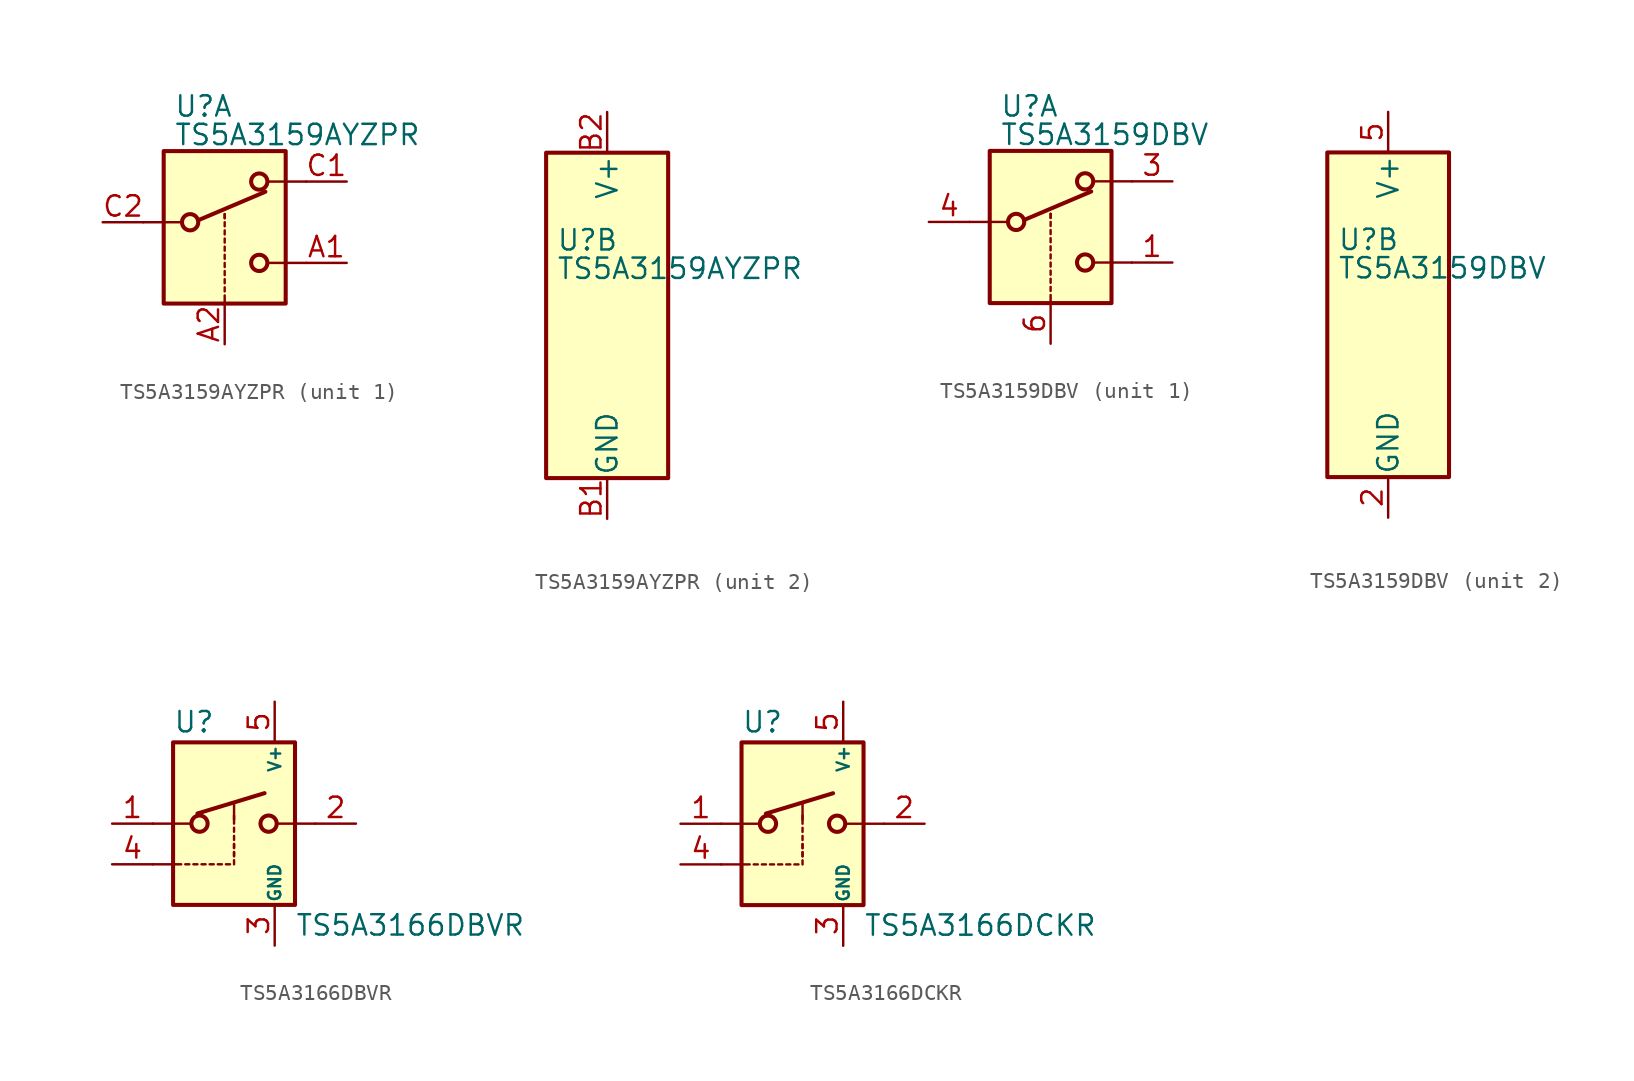
<source format=kicad_sym>
(kicad_symbol_lib
  (version 20201005)
  (generator kicad_symbol_editor)
  (symbol "Analog_Switch:TS5A3159AYZPR"
    (pin_names
      (offset 0.127))
    (property "Reference" "U"
      (at -3.175 4.699 0)
      (effects (font (size 1.27 1.27)) (justify left)))
    (property "Value" "TS5A3159AYZPR"
      (at -3.175 2.921 0)
      (effects (font (size 1.27 1.27)) (justify left)))
    (symbol "TS5A3159AYZPR_1_1"
      (circle (center -2.159 -2.54) (radius 0.508) (stroke (width 0.254)) (fill (type none)))
      (circle (center 2.159 -5.08) (radius 0.508) (stroke (width 0.254)) (fill (type none)))
      (circle (center 2.159 0) (radius 0.508) (stroke (width 0.254)) (fill (type none)))
      (rectangle (start -3.81 1.905) (end 3.81 -7.62) (stroke (width 0.254)) (fill (type background)))
      (polyline (pts (xy -5.08 -2.54) (xy -2.794 -2.54)) (stroke (width 0)) (fill (type none)))
      (polyline (pts (xy -1.651 -2.413) (xy 2.54 -0.635)) (stroke (width 0.254)) (fill (type none)))
      (polyline (pts (xy 0 -7.62) (xy 0 -7.112)) (stroke (width 0)) (fill (type none)))
      (polyline (pts (xy 0 -6.858) (xy 0 -6.604)) (stroke (width 0)) (fill (type none)))
      (polyline (pts (xy 0 -6.35) (xy 0 -6.096)) (stroke (width 0)) (fill (type none)))
      (polyline (pts (xy 0 -5.842) (xy 0 -5.588)) (stroke (width 0)) (fill (type none)))
      (polyline (pts (xy 0 -5.334) (xy 0 -5.08)) (stroke (width 0)) (fill (type none)))
      (polyline (pts (xy 0 -4.826) (xy 0 -4.572)) (stroke (width 0)) (fill (type none)))
      (polyline (pts (xy 0 -4.318) (xy 0 -4.064)) (stroke (width 0)) (fill (type none)))
      (polyline (pts (xy 0 -3.81) (xy 0 -3.556)) (stroke (width 0)) (fill (type none)))
      (polyline (pts (xy 0 -3.302) (xy 0 -3.048)) (stroke (width 0)) (fill (type none)))
      (polyline (pts (xy 0 -2.794) (xy 0 -2.54)) (stroke (width 0)) (fill (type none)))
      (polyline (pts (xy 0 -2.286) (xy 0 -2.032)) (stroke (width 0)) (fill (type none)))
      (polyline (pts (xy 0 -2.286) (xy 0 -2.032)) (stroke (width 0)) (fill (type none)))
      (polyline (pts (xy 5.08 -5.08) (xy 2.794 -5.08)) (stroke (width 0)) (fill (type none)))
      (polyline (pts (xy 5.08 0) (xy 2.794 0)) (stroke (width 0)) (fill (type none)))
      (pin passive line (at 7.62 -5.08 180) (length 2.54) (name "~" (effects (font (size 1.27 1.27)))) (number "A1" (effects (font (size 1.27 1.27)))))
      (pin input line (at 0 -10.16 90) (length 2.54) (name "~" (effects (font (size 1.27 1.27)))) (number "A2" (effects (font (size 1.27 1.27)))))
      (pin passive line (at 7.62 0 180) (length 2.54) (name "~" (effects (font (size 1.27 1.27)))) (number "C1" (effects (font (size 1.27 1.27)))))
      (pin passive line (at -7.62 -2.54 0) (length 2.54) (name "~" (effects (font (size 1.27 1.27)))) (number "C2" (effects (font (size 1.27 1.27))))))
    (symbol "TS5A3159AYZPR_2_0"
      (pin power_in line (at 0 -12.7 90) (length 2.54) (name "GND" (effects (font (size 1.27 1.27)))) (number "B1" (effects (font (size 1.27 1.27)))))
      (pin power_in line (at 0 12.7 270) (length 2.54) (name "V+" (effects (font (size 1.27 1.27)))) (number "B2" (effects (font (size 1.27 1.27))))))
    (symbol "TS5A3159AYZPR_2_1"
      (rectangle (start -3.81 10.16) (end 3.81 -10.16) (stroke (width 0.254)) (fill (type background)))))
  (symbol "Analog_Switch:TS5A3159DBV"
    (pin_names
      (offset 0.127))
    (property "Reference" "U"
      (at -3.175 4.699 0)
      (effects (font (size 1.27 1.27)) (justify left)))
    (property "Value" "TS5A3159DBV"
      (at -3.175 2.921 0)
      (effects (font (size 1.27 1.27)) (justify left)))
    (symbol "TS5A3159DBV_1_1"
      (circle (center -2.159 -2.54) (radius 0.508) (stroke (width 0.254)) (fill (type none)))
      (circle (center 2.159 -5.08) (radius 0.508) (stroke (width 0.254)) (fill (type none)))
      (circle (center 2.159 0) (radius 0.508) (stroke (width 0.254)) (fill (type none)))
      (rectangle (start -3.81 1.905) (end 3.81 -7.62) (stroke (width 0.254)) (fill (type background)))
      (polyline (pts (xy -5.08 -2.54) (xy -2.794 -2.54)) (stroke (width 0)) (fill (type none)))
      (polyline (pts (xy -1.651 -2.413) (xy 2.54 -0.635)) (stroke (width 0.254)) (fill (type none)))
      (polyline (pts (xy 0 -7.62) (xy 0 -7.112)) (stroke (width 0)) (fill (type none)))
      (polyline (pts (xy 0 -6.858) (xy 0 -6.604)) (stroke (width 0)) (fill (type none)))
      (polyline (pts (xy 0 -6.35) (xy 0 -6.096)) (stroke (width 0)) (fill (type none)))
      (polyline (pts (xy 0 -5.842) (xy 0 -5.588)) (stroke (width 0)) (fill (type none)))
      (polyline (pts (xy 0 -5.334) (xy 0 -5.08)) (stroke (width 0)) (fill (type none)))
      (polyline (pts (xy 0 -4.826) (xy 0 -4.572)) (stroke (width 0)) (fill (type none)))
      (polyline (pts (xy 0 -4.318) (xy 0 -4.064)) (stroke (width 0)) (fill (type none)))
      (polyline (pts (xy 0 -3.81) (xy 0 -3.556)) (stroke (width 0)) (fill (type none)))
      (polyline (pts (xy 0 -3.302) (xy 0 -3.048)) (stroke (width 0)) (fill (type none)))
      (polyline (pts (xy 0 -2.794) (xy 0 -2.54)) (stroke (width 0)) (fill (type none)))
      (polyline (pts (xy 0 -2.286) (xy 0 -2.032)) (stroke (width 0)) (fill (type none)))
      (polyline (pts (xy 0 -2.286) (xy 0 -2.032)) (stroke (width 0)) (fill (type none)))
      (polyline (pts (xy 5.08 -5.08) (xy 2.794 -5.08)) (stroke (width 0)) (fill (type none)))
      (polyline (pts (xy 5.08 0) (xy 2.794 0)) (stroke (width 0)) (fill (type none)))
      (pin passive line (at 7.62 -5.08 180) (length 2.54) (name "~" (effects (font (size 1.27 1.27)))) (number "1" (effects (font (size 1.27 1.27)))))
      (pin passive line (at 7.62 0 180) (length 2.54) (name "~" (effects (font (size 1.27 1.27)))) (number "3" (effects (font (size 1.27 1.27)))))
      (pin passive line (at -7.62 -2.54 0) (length 2.54) (name "~" (effects (font (size 1.27 1.27)))) (number "4" (effects (font (size 1.27 1.27)))))
      (pin input line (at 0 -10.16 90) (length 2.54) (name "~" (effects (font (size 1.27 1.27)))) (number "6" (effects (font (size 1.27 1.27))))))
    (symbol "TS5A3159DBV_2_0"
      (pin power_in line (at 0 -12.7 90) (length 2.54) (name "GND" (effects (font (size 1.27 1.27)))) (number "2" (effects (font (size 1.27 1.27)))))
      (pin power_in line (at 0 12.7 270) (length 2.54) (name "V+" (effects (font (size 1.27 1.27)))) (number "5" (effects (font (size 1.27 1.27))))))
    (symbol "TS5A3159DBV_2_1"
      (rectangle (start -3.81 10.16) (end 3.81 -10.16) (stroke (width 0.254)) (fill (type background)))))
  (symbol "Analog_Switch:TS5A3166DBVR"
    (pin_names
      (offset 0.127))
    (property "Reference" "U"
      (at -3.81 6.35 0)
      (effects (font (size 1.27 1.27)) (justify left)))
    (property "Value" "TS5A3166DBVR"
      (at 3.81 -6.35 0)
      (effects (font (size 1.27 1.27)) (justify left)))
    (symbol "TS5A3166DBVR_0_1"
      (polyline (pts (xy -5.08 -2.54) (xy -3.302 -2.54)) (stroke (width 0)) (fill (type none)))
      (polyline (pts (xy -3.048 -2.54) (xy -2.794 -2.54)) (stroke (width 0)) (fill (type none)))
      (polyline (pts (xy -2.54 -2.54) (xy -2.286 -2.54)) (stroke (width 0)) (fill (type none)))
      (polyline (pts (xy -2.032 -2.54) (xy -1.778 -2.54)) (stroke (width 0)) (fill (type none)))
      (polyline (pts (xy -1.524 -2.54) (xy -1.27 -2.54)) (stroke (width 0)) (fill (type none)))
      (polyline (pts (xy -1.016 -2.54) (xy -0.762 -2.54)) (stroke (width 0)) (fill (type none)))
      (polyline (pts (xy -0.508 -2.54) (xy -0.254 -2.54)) (stroke (width 0)) (fill (type none)))
      (polyline (pts (xy 0 -2.032) (xy 0 -1.778)) (stroke (width 0)) (fill (type none)))
      (polyline (pts (xy 0 -1.524) (xy 0 -1.27)) (stroke (width 0)) (fill (type none))))
    (symbol "TS5A3166DBVR_1_1"
      (circle (center -2.159 0) (radius 0.508) (stroke (width 0.254)) (fill (type none)))
      (circle (center 2.159 0) (radius 0.508) (stroke (width 0.254)) (fill (type none)))
      (rectangle (start -3.81 5.08) (end 3.81 -5.08) (stroke (width 0.254)) (fill (type background)))
      (polyline (pts (xy -5.08 0) (xy -2.794 0)) (stroke (width 0)) (fill (type none)))
      (polyline (pts (xy -2.286 0.635) (xy 1.905 1.905)) (stroke (width 0.254)) (fill (type none)))
      (polyline (pts (xy 0 -2.54) (xy 0 -2.286)) (stroke (width 0)) (fill (type none)))
      (polyline (pts (xy 0 -2.032) (xy 0 -1.778)) (stroke (width 0)) (fill (type none)))
      (polyline (pts (xy 0 -1.524) (xy 0 -1.27)) (stroke (width 0)) (fill (type none)))
      (polyline (pts (xy 0 -1.016) (xy 0 -0.762)) (stroke (width 0)) (fill (type none)))
      (polyline (pts (xy 0 -0.508) (xy 0 -0.254)) (stroke (width 0)) (fill (type none)))
      (polyline (pts (xy 0 0) (xy 0 0.508)) (stroke (width 0)) (fill (type none)))
      (polyline (pts (xy 0 0.254) (xy 0 1.27)) (stroke (width 0)) (fill (type none)))
      (polyline (pts (xy 5.08 0) (xy 2.794 0)) (stroke (width 0)) (fill (type none)))
      (pin passive line (at -7.62 0 0) (length 2.54) (name "~" (effects (font (size 1.27 1.27)))) (number "1" (effects (font (size 1.27 1.27)))))
      (pin passive line (at 7.62 0 180) (length 2.54) (name "~" (effects (font (size 1.27 1.27)))) (number "2" (effects (font (size 1.27 1.27)))))
      (pin power_in line (at 2.54 -7.62 90) (length 2.54) (name "GND" (effects (font (size 0.762 0.762)))) (number "3" (effects (font (size 1.27 1.27)))))
      (pin input line (at -7.62 -2.54 0) (length 2.54) (name "~" (effects (font (size 1.27 1.27)))) (number "4" (effects (font (size 1.27 1.27)))))
      (pin power_in line (at 2.54 7.62 270) (length 2.54) (name "V+" (effects (font (size 0.762 0.762)))) (number "5" (effects (font (size 1.27 1.27)))))))
  (symbol "Analog_Switch:TS5A3166DCKR"
    (pin_names
      (offset 0.127))
    (property "Reference" "U"
      (at -3.81 6.35 0)
      (effects (font (size 1.27 1.27)) (justify left)))
    (property "Value" "TS5A3166DCKR"
      (at 3.81 -6.35 0)
      (effects (font (size 1.27 1.27)) (justify left)))
    (symbol "TS5A3166DCKR_0_1"
      (polyline (pts (xy -5.08 -2.54) (xy -3.302 -2.54)) (stroke (width 0)) (fill (type none)))
      (polyline (pts (xy -3.048 -2.54) (xy -2.794 -2.54)) (stroke (width 0)) (fill (type none)))
      (polyline (pts (xy -2.54 -2.54) (xy -2.286 -2.54)) (stroke (width 0)) (fill (type none)))
      (polyline (pts (xy -2.032 -2.54) (xy -1.778 -2.54)) (stroke (width 0)) (fill (type none)))
      (polyline (pts (xy -1.524 -2.54) (xy -1.27 -2.54)) (stroke (width 0)) (fill (type none)))
      (polyline (pts (xy -1.016 -2.54) (xy -0.762 -2.54)) (stroke (width 0)) (fill (type none)))
      (polyline (pts (xy -0.508 -2.54) (xy -0.254 -2.54)) (stroke (width 0)) (fill (type none)))
      (polyline (pts (xy 0 -2.032) (xy 0 -1.778)) (stroke (width 0)) (fill (type none)))
      (polyline (pts (xy 0 -1.524) (xy 0 -1.27)) (stroke (width 0)) (fill (type none))))
    (symbol "TS5A3166DCKR_1_1"
      (circle (center -2.159 0) (radius 0.508) (stroke (width 0.254)) (fill (type none)))
      (circle (center 2.159 0) (radius 0.508) (stroke (width 0.254)) (fill (type none)))
      (rectangle (start -3.81 5.08) (end 3.81 -5.08) (stroke (width 0.254)) (fill (type background)))
      (polyline (pts (xy -5.08 0) (xy -2.794 0)) (stroke (width 0)) (fill (type none)))
      (polyline (pts (xy -2.286 0.635) (xy 1.905 1.905)) (stroke (width 0.254)) (fill (type none)))
      (polyline (pts (xy 0 -2.54) (xy 0 -2.286)) (stroke (width 0)) (fill (type none)))
      (polyline (pts (xy 0 -2.032) (xy 0 -1.778)) (stroke (width 0)) (fill (type none)))
      (polyline (pts (xy 0 -1.524) (xy 0 -1.27)) (stroke (width 0)) (fill (type none)))
      (polyline (pts (xy 0 -1.016) (xy 0 -0.762)) (stroke (width 0)) (fill (type none)))
      (polyline (pts (xy 0 -0.508) (xy 0 -0.254)) (stroke (width 0)) (fill (type none)))
      (polyline (pts (xy 0 0) (xy 0 0.508)) (stroke (width 0)) (fill (type none)))
      (polyline (pts (xy 0 0.254) (xy 0 1.27)) (stroke (width 0)) (fill (type none)))
      (polyline (pts (xy 5.08 0) (xy 2.794 0)) (stroke (width 0)) (fill (type none)))
      (pin passive line (at -7.62 0 0) (length 2.54) (name "~" (effects (font (size 1.27 1.27)))) (number "1" (effects (font (size 1.27 1.27)))))
      (pin passive line (at 7.62 0 180) (length 2.54) (name "~" (effects (font (size 1.27 1.27)))) (number "2" (effects (font (size 1.27 1.27)))))
      (pin power_in line (at 2.54 -7.62 90) (length 2.54) (name "GND" (effects (font (size 0.762 0.762)))) (number "3" (effects (font (size 1.27 1.27)))))
      (pin input line (at -7.62 -2.54 0) (length 2.54) (name "~" (effects (font (size 1.27 1.27)))) (number "4" (effects (font (size 1.27 1.27)))))
      (pin power_in line (at 2.54 7.62 270) (length 2.54) (name "V+" (effects (font (size 0.762 0.762)))) (number "5" (effects (font (size 1.27 1.27))))))))
</source>
